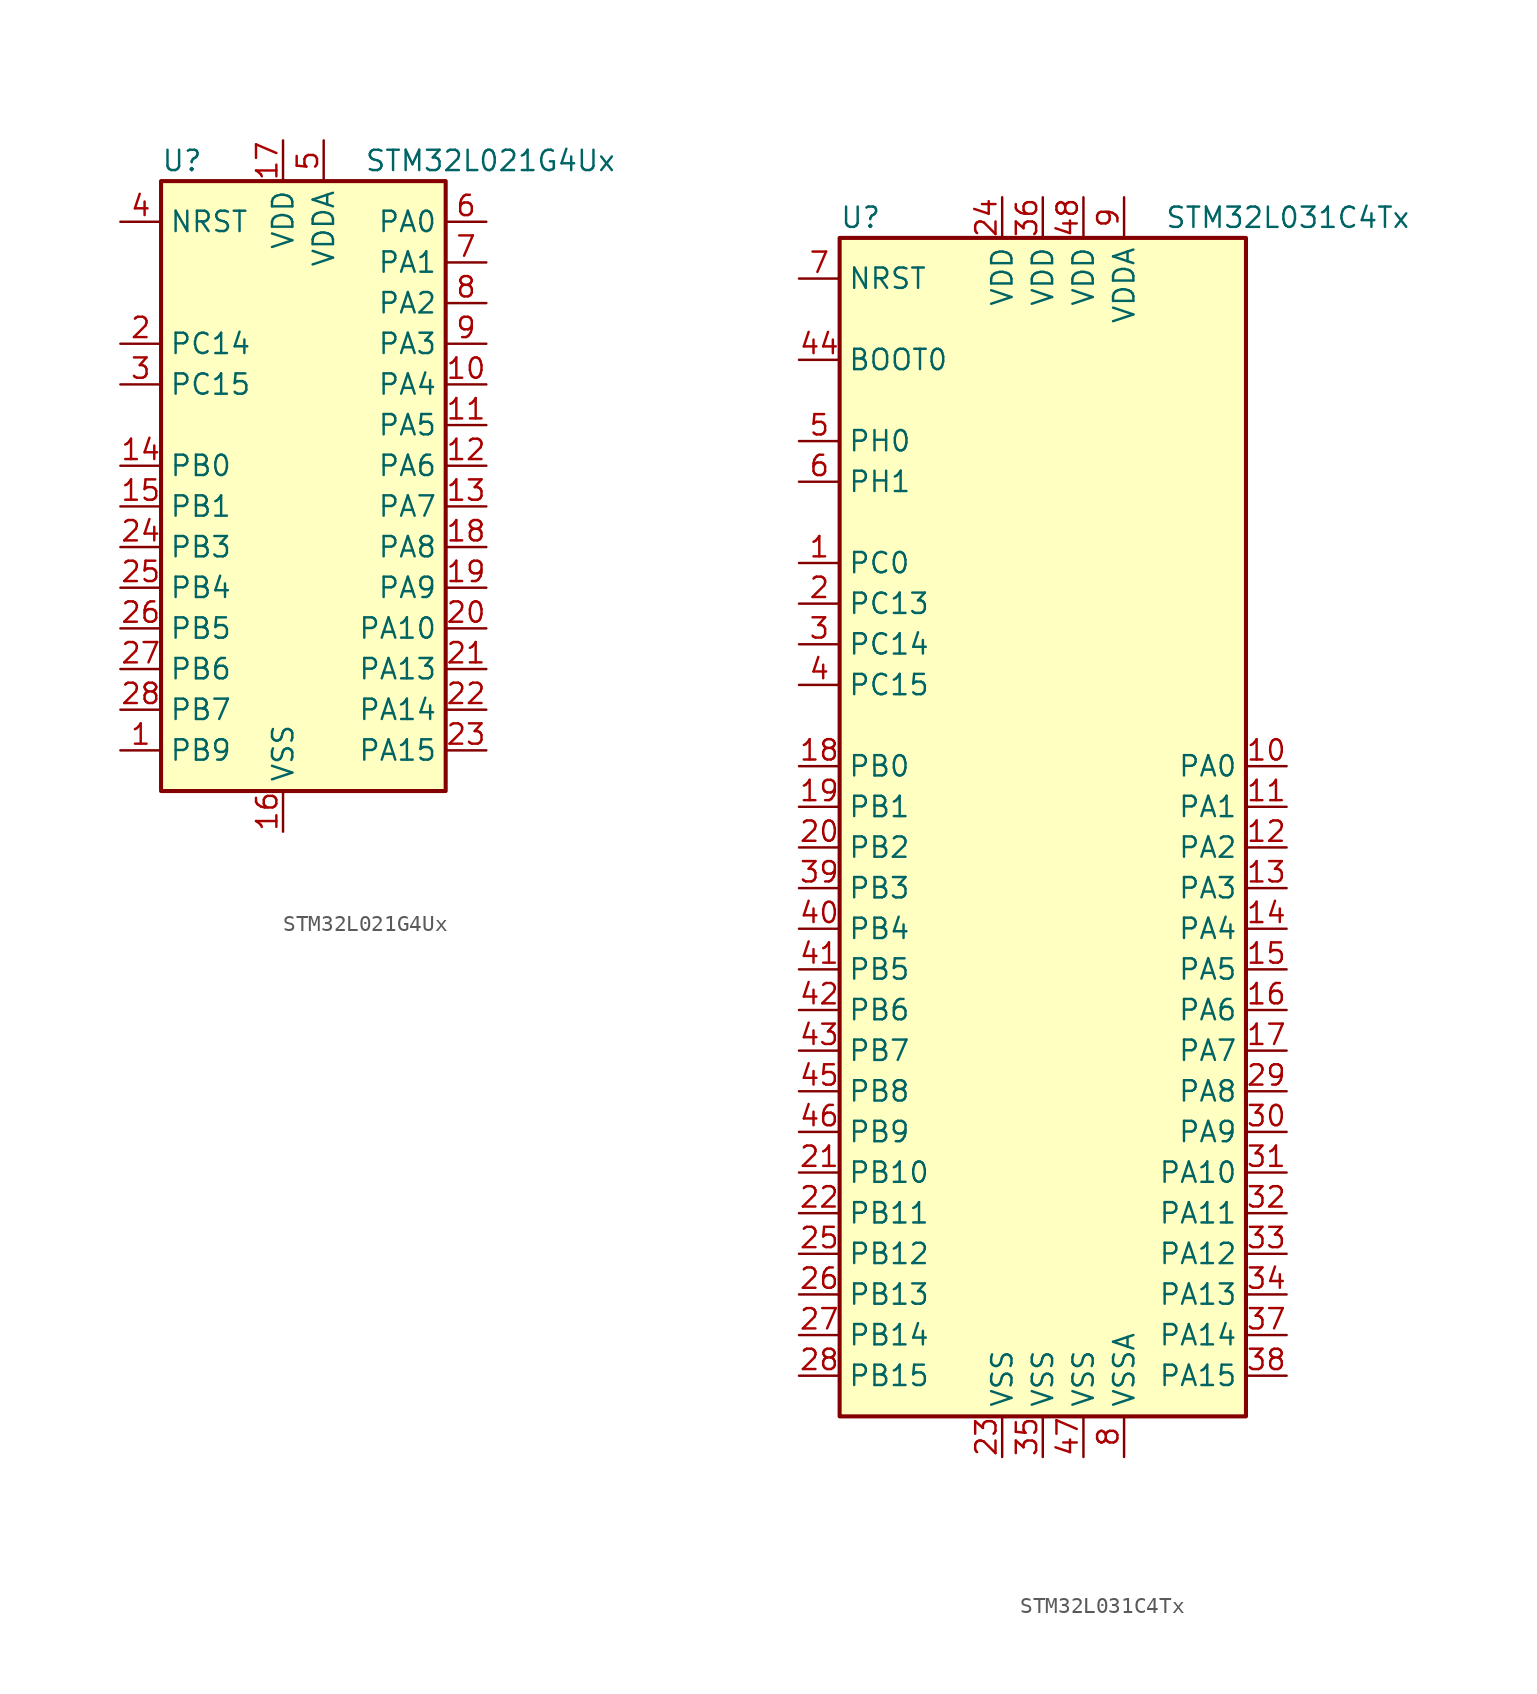
<source format=kicad_sym>
(kicad_symbol_lib
  (version 20201005)
  (generator kicad_symbol_editor)
  (symbol "MCU_ST_STM32L0:STM32L021G4Ux"
    (property "Reference" "U"
      (at -10.16 19.05 0)
      (effects (font (size 1.27 1.27)) (justify left)))
    (property "Value" "STM32L021G4Ux"
      (at 2.54 19.05 0)
      (effects (font (size 1.27 1.27)) (justify left)))
    (symbol "STM32L021G4Ux_0_1"
      (rectangle (start -10.16 -20.32) (end 7.62 17.78) (stroke (width 0.254)) (fill (type background))))
    (symbol "STM32L021G4Ux_1_1"
      (pin input line (at -12.7 15.24 0) (length 2.54) (name "NRST" (effects (font (size 1.27 1.27)))) (number "4" (effects (font (size 1.27 1.27)))))
      (pin bidirectional line (at 10.16 15.24 180) (length 2.54) (name "PA0" (effects (font (size 1.27 1.27)))) (number "6" (effects (font (size 1.27 1.27)))))
      (pin bidirectional line (at 10.16 12.7 180) (length 2.54) (name "PA1" (effects (font (size 1.27 1.27)))) (number "7" (effects (font (size 1.27 1.27)))))
      (pin bidirectional line (at 10.16 -10.16 180) (length 2.54) (name "PA10" (effects (font (size 1.27 1.27)))) (number "20" (effects (font (size 1.27 1.27)))))
      (pin bidirectional line (at 10.16 -12.7 180) (length 2.54) (name "PA13" (effects (font (size 1.27 1.27)))) (number "21" (effects (font (size 1.27 1.27)))))
      (pin bidirectional line (at 10.16 -15.24 180) (length 2.54) (name "PA14" (effects (font (size 1.27 1.27)))) (number "22" (effects (font (size 1.27 1.27)))))
      (pin bidirectional line (at 10.16 -17.78 180) (length 2.54) (name "PA15" (effects (font (size 1.27 1.27)))) (number "23" (effects (font (size 1.27 1.27)))))
      (pin bidirectional line (at 10.16 10.16 180) (length 2.54) (name "PA2" (effects (font (size 1.27 1.27)))) (number "8" (effects (font (size 1.27 1.27)))))
      (pin bidirectional line (at 10.16 7.62 180) (length 2.54) (name "PA3" (effects (font (size 1.27 1.27)))) (number "9" (effects (font (size 1.27 1.27)))))
      (pin bidirectional line (at 10.16 5.08 180) (length 2.54) (name "PA4" (effects (font (size 1.27 1.27)))) (number "10" (effects (font (size 1.27 1.27)))))
      (pin bidirectional line (at 10.16 2.54 180) (length 2.54) (name "PA5" (effects (font (size 1.27 1.27)))) (number "11" (effects (font (size 1.27 1.27)))))
      (pin bidirectional line (at 10.16 0 180) (length 2.54) (name "PA6" (effects (font (size 1.27 1.27)))) (number "12" (effects (font (size 1.27 1.27)))))
      (pin bidirectional line (at 10.16 -2.54 180) (length 2.54) (name "PA7" (effects (font (size 1.27 1.27)))) (number "13" (effects (font (size 1.27 1.27)))))
      (pin bidirectional line (at 10.16 -5.08 180) (length 2.54) (name "PA8" (effects (font (size 1.27 1.27)))) (number "18" (effects (font (size 1.27 1.27)))))
      (pin bidirectional line (at 10.16 -7.62 180) (length 2.54) (name "PA9" (effects (font (size 1.27 1.27)))) (number "19" (effects (font (size 1.27 1.27)))))
      (pin bidirectional line (at -12.7 0 0) (length 2.54) (name "PB0" (effects (font (size 1.27 1.27)))) (number "14" (effects (font (size 1.27 1.27)))))
      (pin bidirectional line (at -12.7 -2.54 0) (length 2.54) (name "PB1" (effects (font (size 1.27 1.27)))) (number "15" (effects (font (size 1.27 1.27)))))
      (pin bidirectional line (at -12.7 -5.08 0) (length 2.54) (name "PB3" (effects (font (size 1.27 1.27)))) (number "24" (effects (font (size 1.27 1.27)))))
      (pin bidirectional line (at -12.7 -7.62 0) (length 2.54) (name "PB4" (effects (font (size 1.27 1.27)))) (number "25" (effects (font (size 1.27 1.27)))))
      (pin bidirectional line (at -12.7 -10.16 0) (length 2.54) (name "PB5" (effects (font (size 1.27 1.27)))) (number "26" (effects (font (size 1.27 1.27)))))
      (pin bidirectional line (at -12.7 -12.7 0) (length 2.54) (name "PB6" (effects (font (size 1.27 1.27)))) (number "27" (effects (font (size 1.27 1.27)))))
      (pin bidirectional line (at -12.7 -15.24 0) (length 2.54) (name "PB7" (effects (font (size 1.27 1.27)))) (number "28" (effects (font (size 1.27 1.27)))))
      (pin bidirectional line (at -12.7 -17.78 0) (length 2.54) (name "PB9" (effects (font (size 1.27 1.27)))) (number "1" (effects (font (size 1.27 1.27)))))
      (pin bidirectional line (at -12.7 7.62 0) (length 2.54) (name "PC14" (effects (font (size 1.27 1.27)))) (number "2" (effects (font (size 1.27 1.27)))))
      (pin bidirectional line (at -12.7 5.08 0) (length 2.54) (name "PC15" (effects (font (size 1.27 1.27)))) (number "3" (effects (font (size 1.27 1.27)))))
      (pin power_in line (at -2.54 20.32 270) (length 2.54) (name "VDD" (effects (font (size 1.27 1.27)))) (number "17" (effects (font (size 1.27 1.27)))))
      (pin power_in line (at 0 20.32 270) (length 2.54) (name "VDDA" (effects (font (size 1.27 1.27)))) (number "5" (effects (font (size 1.27 1.27)))))
      (pin power_in line (at -2.54 -22.86 90) (length 2.54) (name "VSS" (effects (font (size 1.27 1.27)))) (number "16" (effects (font (size 1.27 1.27)))))))
  (symbol "MCU_ST_STM32L0:STM32L031C4Tx"
    (property "Reference" "U"
      (at -12.7 36.83 0)
      (effects (font (size 1.27 1.27)) (justify left)))
    (property "Value" "STM32L031C4Tx"
      (at 7.62 36.83 0)
      (effects (font (size 1.27 1.27)) (justify left)))
    (symbol "STM32L031C4Tx_0_1"
      (rectangle (start -12.7 -38.1) (end 12.7 35.56) (stroke (width 0.254)) (fill (type background))))
    (symbol "STM32L031C4Tx_1_1"
      (pin input line (at -15.24 27.94 0) (length 2.54) (name "BOOT0" (effects (font (size 1.27 1.27)))) (number "44" (effects (font (size 1.27 1.27)))))
      (pin input line (at -15.24 33.02 0) (length 2.54) (name "NRST" (effects (font (size 1.27 1.27)))) (number "7" (effects (font (size 1.27 1.27)))))
      (pin bidirectional line (at 15.24 2.54 180) (length 2.54) (name "PA0" (effects (font (size 1.27 1.27)))) (number "10" (effects (font (size 1.27 1.27)))))
      (pin bidirectional line (at 15.24 0 180) (length 2.54) (name "PA1" (effects (font (size 1.27 1.27)))) (number "11" (effects (font (size 1.27 1.27)))))
      (pin bidirectional line (at 15.24 -22.86 180) (length 2.54) (name "PA10" (effects (font (size 1.27 1.27)))) (number "31" (effects (font (size 1.27 1.27)))))
      (pin bidirectional line (at 15.24 -25.4 180) (length 2.54) (name "PA11" (effects (font (size 1.27 1.27)))) (number "32" (effects (font (size 1.27 1.27)))))
      (pin bidirectional line (at 15.24 -27.94 180) (length 2.54) (name "PA12" (effects (font (size 1.27 1.27)))) (number "33" (effects (font (size 1.27 1.27)))))
      (pin bidirectional line (at 15.24 -30.48 180) (length 2.54) (name "PA13" (effects (font (size 1.27 1.27)))) (number "34" (effects (font (size 1.27 1.27)))))
      (pin bidirectional line (at 15.24 -33.02 180) (length 2.54) (name "PA14" (effects (font (size 1.27 1.27)))) (number "37" (effects (font (size 1.27 1.27)))))
      (pin bidirectional line (at 15.24 -35.56 180) (length 2.54) (name "PA15" (effects (font (size 1.27 1.27)))) (number "38" (effects (font (size 1.27 1.27)))))
      (pin bidirectional line (at 15.24 -2.54 180) (length 2.54) (name "PA2" (effects (font (size 1.27 1.27)))) (number "12" (effects (font (size 1.27 1.27)))))
      (pin bidirectional line (at 15.24 -5.08 180) (length 2.54) (name "PA3" (effects (font (size 1.27 1.27)))) (number "13" (effects (font (size 1.27 1.27)))))
      (pin bidirectional line (at 15.24 -7.62 180) (length 2.54) (name "PA4" (effects (font (size 1.27 1.27)))) (number "14" (effects (font (size 1.27 1.27)))))
      (pin bidirectional line (at 15.24 -10.16 180) (length 2.54) (name "PA5" (effects (font (size 1.27 1.27)))) (number "15" (effects (font (size 1.27 1.27)))))
      (pin bidirectional line (at 15.24 -12.7 180) (length 2.54) (name "PA6" (effects (font (size 1.27 1.27)))) (number "16" (effects (font (size 1.27 1.27)))))
      (pin bidirectional line (at 15.24 -15.24 180) (length 2.54) (name "PA7" (effects (font (size 1.27 1.27)))) (number "17" (effects (font (size 1.27 1.27)))))
      (pin bidirectional line (at 15.24 -17.78 180) (length 2.54) (name "PA8" (effects (font (size 1.27 1.27)))) (number "29" (effects (font (size 1.27 1.27)))))
      (pin bidirectional line (at 15.24 -20.32 180) (length 2.54) (name "PA9" (effects (font (size 1.27 1.27)))) (number "30" (effects (font (size 1.27 1.27)))))
      (pin bidirectional line (at -15.24 2.54 0) (length 2.54) (name "PB0" (effects (font (size 1.27 1.27)))) (number "18" (effects (font (size 1.27 1.27)))))
      (pin bidirectional line (at -15.24 0 0) (length 2.54) (name "PB1" (effects (font (size 1.27 1.27)))) (number "19" (effects (font (size 1.27 1.27)))))
      (pin bidirectional line (at -15.24 -22.86 0) (length 2.54) (name "PB10" (effects (font (size 1.27 1.27)))) (number "21" (effects (font (size 1.27 1.27)))))
      (pin bidirectional line (at -15.24 -25.4 0) (length 2.54) (name "PB11" (effects (font (size 1.27 1.27)))) (number "22" (effects (font (size 1.27 1.27)))))
      (pin bidirectional line (at -15.24 -27.94 0) (length 2.54) (name "PB12" (effects (font (size 1.27 1.27)))) (number "25" (effects (font (size 1.27 1.27)))))
      (pin bidirectional line (at -15.24 -30.48 0) (length 2.54) (name "PB13" (effects (font (size 1.27 1.27)))) (number "26" (effects (font (size 1.27 1.27)))))
      (pin bidirectional line (at -15.24 -33.02 0) (length 2.54) (name "PB14" (effects (font (size 1.27 1.27)))) (number "27" (effects (font (size 1.27 1.27)))))
      (pin bidirectional line (at -15.24 -35.56 0) (length 2.54) (name "PB15" (effects (font (size 1.27 1.27)))) (number "28" (effects (font (size 1.27 1.27)))))
      (pin bidirectional line (at -15.24 -2.54 0) (length 2.54) (name "PB2" (effects (font (size 1.27 1.27)))) (number "20" (effects (font (size 1.27 1.27)))))
      (pin bidirectional line (at -15.24 -5.08 0) (length 2.54) (name "PB3" (effects (font (size 1.27 1.27)))) (number "39" (effects (font (size 1.27 1.27)))))
      (pin bidirectional line (at -15.24 -7.62 0) (length 2.54) (name "PB4" (effects (font (size 1.27 1.27)))) (number "40" (effects (font (size 1.27 1.27)))))
      (pin bidirectional line (at -15.24 -10.16 0) (length 2.54) (name "PB5" (effects (font (size 1.27 1.27)))) (number "41" (effects (font (size 1.27 1.27)))))
      (pin bidirectional line (at -15.24 -12.7 0) (length 2.54) (name "PB6" (effects (font (size 1.27 1.27)))) (number "42" (effects (font (size 1.27 1.27)))))
      (pin bidirectional line (at -15.24 -15.24 0) (length 2.54) (name "PB7" (effects (font (size 1.27 1.27)))) (number "43" (effects (font (size 1.27 1.27)))))
      (pin bidirectional line (at -15.24 -17.78 0) (length 2.54) (name "PB8" (effects (font (size 1.27 1.27)))) (number "45" (effects (font (size 1.27 1.27)))))
      (pin bidirectional line (at -15.24 -20.32 0) (length 2.54) (name "PB9" (effects (font (size 1.27 1.27)))) (number "46" (effects (font (size 1.27 1.27)))))
      (pin bidirectional line (at -15.24 15.24 0) (length 2.54) (name "PC0" (effects (font (size 1.27 1.27)))) (number "1" (effects (font (size 1.27 1.27)))))
      (pin bidirectional line (at -15.24 12.7 0) (length 2.54) (name "PC13" (effects (font (size 1.27 1.27)))) (number "2" (effects (font (size 1.27 1.27)))))
      (pin bidirectional line (at -15.24 10.16 0) (length 2.54) (name "PC14" (effects (font (size 1.27 1.27)))) (number "3" (effects (font (size 1.27 1.27)))))
      (pin bidirectional line (at -15.24 7.62 0) (length 2.54) (name "PC15" (effects (font (size 1.27 1.27)))) (number "4" (effects (font (size 1.27 1.27)))))
      (pin input line (at -15.24 22.86 0) (length 2.54) (name "PH0" (effects (font (size 1.27 1.27)))) (number "5" (effects (font (size 1.27 1.27)))))
      (pin input line (at -15.24 20.32 0) (length 2.54) (name "PH1" (effects (font (size 1.27 1.27)))) (number "6" (effects (font (size 1.27 1.27)))))
      (pin power_in line (at -2.54 38.1 270) (length 2.54) (name "VDD" (effects (font (size 1.27 1.27)))) (number "24" (effects (font (size 1.27 1.27)))))
      (pin power_in line (at 0 38.1 270) (length 2.54) (name "VDD" (effects (font (size 1.27 1.27)))) (number "36" (effects (font (size 1.27 1.27)))))
      (pin power_in line (at 2.54 38.1 270) (length 2.54) (name "VDD" (effects (font (size 1.27 1.27)))) (number "48" (effects (font (size 1.27 1.27)))))
      (pin power_in line (at 5.08 38.1 270) (length 2.54) (name "VDDA" (effects (font (size 1.27 1.27)))) (number "9" (effects (font (size 1.27 1.27)))))
      (pin power_in line (at -2.54 -40.64 90) (length 2.54) (name "VSS" (effects (font (size 1.27 1.27)))) (number "23" (effects (font (size 1.27 1.27)))))
      (pin power_in line (at 0 -40.64 90) (length 2.54) (name "VSS" (effects (font (size 1.27 1.27)))) (number "35" (effects (font (size 1.27 1.27)))))
      (pin power_in line (at 2.54 -40.64 90) (length 2.54) (name "VSS" (effects (font (size 1.27 1.27)))) (number "47" (effects (font (size 1.27 1.27)))))
      (pin power_in line (at 5.08 -40.64 90) (length 2.54) (name "VSSA" (effects (font (size 1.27 1.27)))) (number "8" (effects (font (size 1.27 1.27))))))))
</source>
